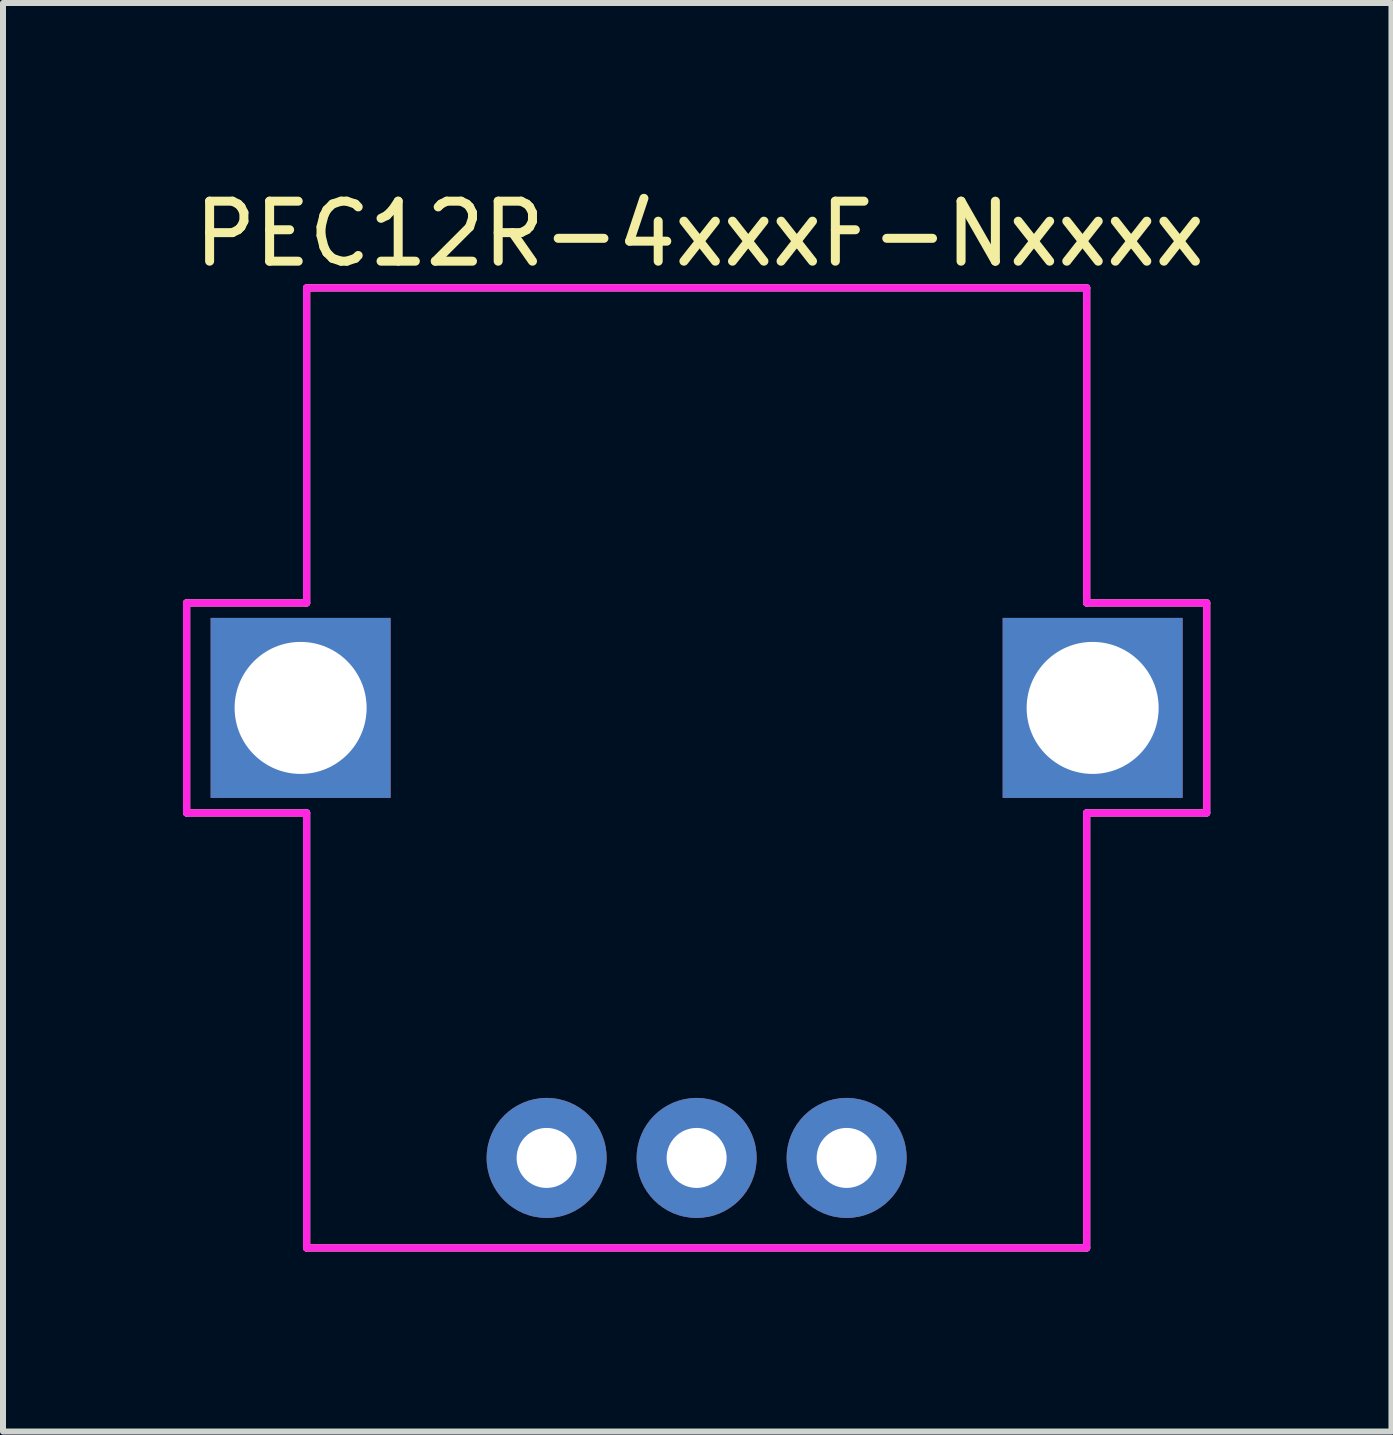
<source format=kicad_pcb>
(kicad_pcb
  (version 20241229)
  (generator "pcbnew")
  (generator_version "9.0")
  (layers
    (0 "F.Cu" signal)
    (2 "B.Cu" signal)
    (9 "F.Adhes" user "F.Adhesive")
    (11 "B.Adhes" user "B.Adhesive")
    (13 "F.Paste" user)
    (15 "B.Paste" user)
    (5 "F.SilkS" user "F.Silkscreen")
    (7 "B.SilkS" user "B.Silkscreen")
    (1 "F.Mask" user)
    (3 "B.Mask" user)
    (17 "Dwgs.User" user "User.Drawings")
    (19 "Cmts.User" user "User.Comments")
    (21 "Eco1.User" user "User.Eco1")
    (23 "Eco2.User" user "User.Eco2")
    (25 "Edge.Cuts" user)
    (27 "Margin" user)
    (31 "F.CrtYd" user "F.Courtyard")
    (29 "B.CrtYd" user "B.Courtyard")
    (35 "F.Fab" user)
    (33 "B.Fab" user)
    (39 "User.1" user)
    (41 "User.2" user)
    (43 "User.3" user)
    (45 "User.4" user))
  (footprint "PEC12R-4xxxF-Nxxxx"
    (layer "F.Cu")
    (at 8.56 8.748)
    (property "Reference" "PEC12R-4xxxF-Nxxxx" (at 0.05 -7.9 0) (layer "F.SilkS") (effects (font (size 1 1) (thickness 0.15))))
    (attr through_hole)
    (fp_line (start -8.5 -1.75) (end -6.5 -1.75) (stroke (width 0.12) (type solid)) (layer "F.SilkS"))
    (fp_line (start -8.5 1.75) (end -8.5 -1.75) (stroke (width 0.12) (type solid)) (layer "F.SilkS"))
    (fp_line (start -6.5 -7) (end 6.5 -7) (stroke (width 0.12) (type solid)) (layer "F.SilkS"))
    (fp_line (start -6.5 -1.75) (end -6.5 -7) (stroke (width 0.12) (type solid)) (layer "F.SilkS"))
    (fp_line (start -6.5 1.75) (end -8.5 1.75) (stroke (width 0.12) (type solid)) (layer "F.SilkS"))
    (fp_line (start -6.5 9) (end -6.5 1.75) (stroke (width 0.12) (type solid)) (layer "F.SilkS"))
    (fp_line (start 6.5 -7) (end 6.5 -1.75) (stroke (width 0.12) (type solid)) (layer "F.SilkS"))
    (fp_line (start 6.5 -1.75) (end 8.5 -1.75) (stroke (width 0.12) (type solid)) (layer "F.SilkS"))
    (fp_line (start 6.5 1.75) (end 6.5 9) (stroke (width 0.12) (type solid)) (layer "F.SilkS"))
    (fp_line (start 6.5 9) (end -6.5 9) (stroke (width 0.12) (type solid)) (layer "F.SilkS"))
    (fp_line (start 8.5 -1.75) (end 8.5 1.75) (stroke (width 0.12) (type solid)) (layer "F.SilkS"))
    (fp_line (start 8.5 1.75) (end 6.5 1.75) (stroke (width 0.12) (type solid)) (layer "F.SilkS"))
    (fp_line (start -8.5 -1.75) (end -6.5 -1.75) (stroke (width 0.12) (type solid)) (layer "F.CrtYd"))
    (fp_line (start -8.5 1.75) (end -8.5 -1.75) (stroke (width 0.12) (type solid)) (layer "F.CrtYd"))
    (fp_line (start -6.5 -7) (end 6.5 -7) (stroke (width 0.12) (type solid)) (layer "F.CrtYd"))
    (fp_line (start -6.5 -1.75) (end -6.5 -7) (stroke (width 0.12) (type solid)) (layer "F.CrtYd"))
    (fp_line (start -6.5 1.75) (end -8.5 1.75) (stroke (width 0.12) (type solid)) (layer "F.CrtYd"))
    (fp_line (start -6.5 9) (end -6.5 1.75) (stroke (width 0.12) (type solid)) (layer "F.CrtYd"))
    (fp_line (start 6.5 -7) (end 6.5 -1.75) (stroke (width 0.12) (type solid)) (layer "F.CrtYd"))
    (fp_line (start 6.5 -1.75) (end 8.5 -1.75) (stroke (width 0.12) (type solid)) (layer "F.CrtYd"))
    (fp_line (start 6.5 1.75) (end 6.5 9) (stroke (width 0.12) (type solid)) (layer "F.CrtYd"))
    (fp_line (start 6.5 9) (end -6.5 9) (stroke (width 0.12) (type solid)) (layer "F.CrtYd"))
    (fp_line (start 8.5 -1.75) (end 8.5 1.75) (stroke (width 0.12) (type solid)) (layer "F.CrtYd"))
    (fp_line (start 8.5 1.75) (end 6.5 1.75) (stroke (width 0.12) (type solid)) (layer "F.CrtYd"))
    (pad "" np_thru_hole rect (at -6.6 0) (size 3 3) (drill 2.2) (layers "*.Cu" "*.Mask"))
    (pad "" np_thru_hole rect (at 6.6 0) (size 3 3) (drill 2.2) (layers "*.Cu" "*.Mask"))
    (pad "A" thru_hole circle (at -2.5 7.5) (size 2 2) (drill 1) (layers "*.Cu" "*.Mask"))
    (pad "B" thru_hole circle (at 2.5 7.5) (size 2 2) (drill 1) (layers "*.Cu" "*.Mask"))
    (pad "C" thru_hole circle (at 0 7.5) (size 2 2) (drill 1) (layers "*.Cu" "*.Mask")))
  (gr_rect
    (start -3 -3)
    (end 20.14 20.808)
    (stroke (width 0.1) (type default))
    (fill no)
    (layer "Edge.Cuts")))
</source>
